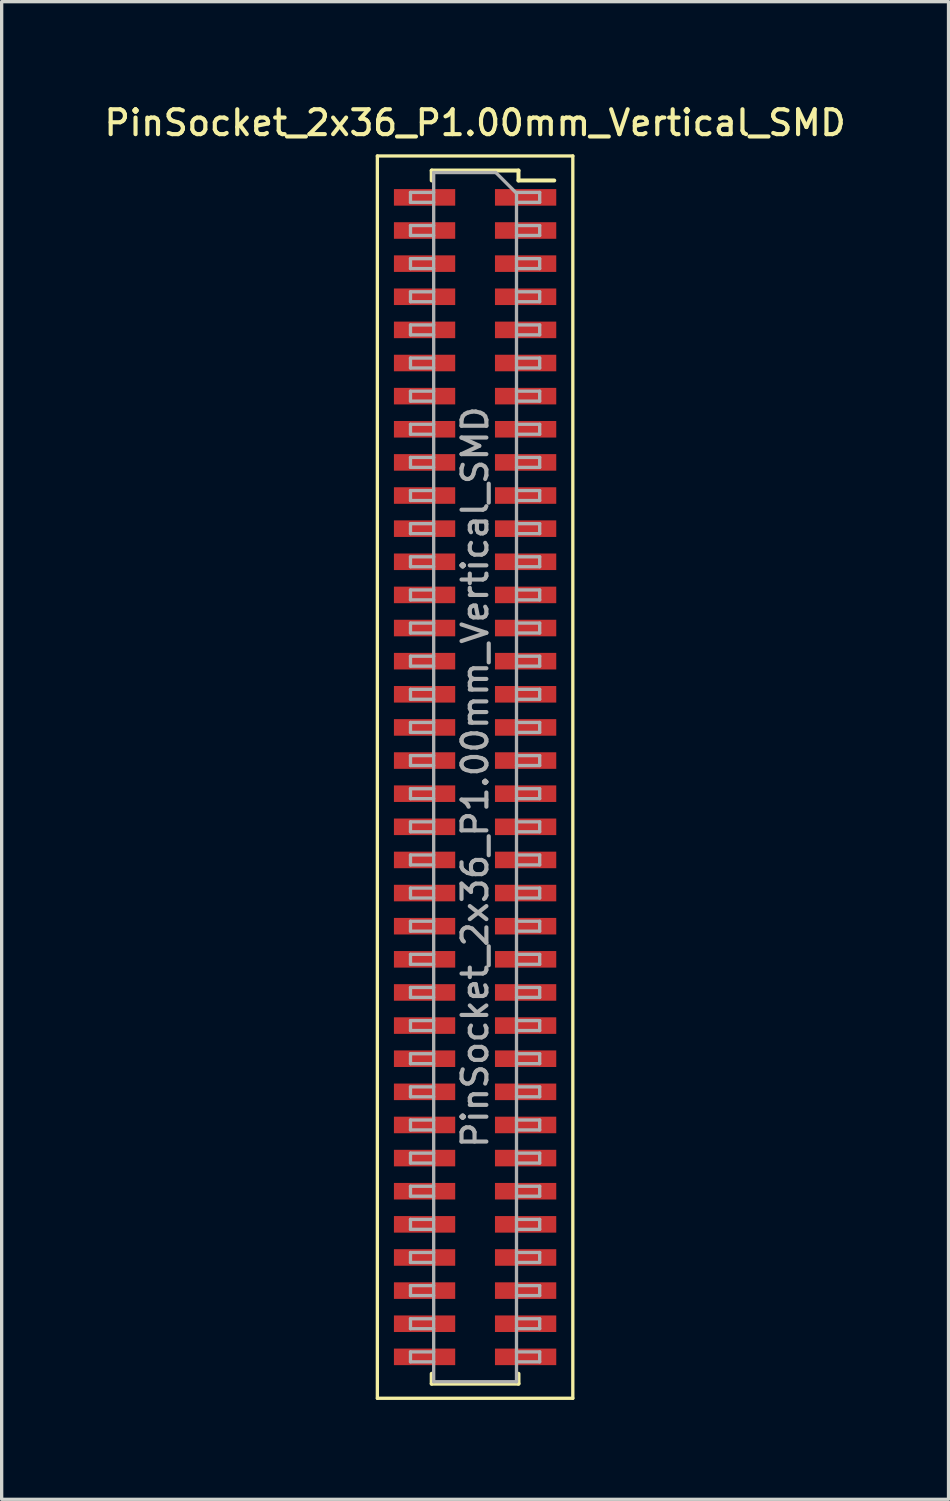
<source format=kicad_pcb>
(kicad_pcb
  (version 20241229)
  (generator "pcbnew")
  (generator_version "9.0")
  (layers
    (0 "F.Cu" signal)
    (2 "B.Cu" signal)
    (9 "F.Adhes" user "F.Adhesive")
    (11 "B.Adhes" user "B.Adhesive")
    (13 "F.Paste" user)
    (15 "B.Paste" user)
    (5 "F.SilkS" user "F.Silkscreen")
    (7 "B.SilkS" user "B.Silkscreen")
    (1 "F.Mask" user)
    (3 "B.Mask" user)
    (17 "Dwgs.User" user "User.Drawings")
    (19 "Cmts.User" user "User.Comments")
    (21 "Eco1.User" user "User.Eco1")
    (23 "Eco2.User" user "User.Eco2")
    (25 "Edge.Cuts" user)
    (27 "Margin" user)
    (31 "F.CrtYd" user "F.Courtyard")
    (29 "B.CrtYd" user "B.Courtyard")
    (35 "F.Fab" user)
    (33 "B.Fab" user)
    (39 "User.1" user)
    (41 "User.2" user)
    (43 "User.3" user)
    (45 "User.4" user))
  (footprint "PinSocket_2x36_P1.00mm_Vertical_SMD"
    (layer "F.Cu")
    (at 11.291 20.408)
    (property "Reference" "PinSocket_2x36_P1.00mm_Vertical_SMD" (at 0 -19.75 0) (layer "F.SilkS") (effects (font (size 0.75 0.75) (thickness 0.125))))
    (attr smd)
    (fp_line (start -2.95 -18.75) (end 2.95 -18.75) (stroke (width 0.1) (type solid)) (layer "F.SilkS"))
    (fp_line (start -2.95 18.75) (end -2.95 -18.75) (stroke (width 0.1) (type solid)) (layer "F.SilkS"))
    (fp_line (start -1.31 -18.31) (end -1.31 -18.01) (stroke (width 0.12) (type solid)) (layer "F.SilkS"))
    (fp_line (start -1.31 -18.31) (end 1.31 -18.31) (stroke (width 0.12) (type solid)) (layer "F.SilkS"))
    (fp_line (start -1.31 18.01) (end -1.31 18.31) (stroke (width 0.12) (type solid)) (layer "F.SilkS"))
    (fp_line (start -1.31 18.31) (end 1.31 18.31) (stroke (width 0.12) (type solid)) (layer "F.SilkS"))
    (fp_line (start 1.31 -18.31) (end 1.31 -18.01) (stroke (width 0.12) (type solid)) (layer "F.SilkS"))
    (fp_line (start 1.31 -18.01) (end 2.39 -18.01) (stroke (width 0.12) (type solid)) (layer "F.SilkS"))
    (fp_line (start 1.31 18.01) (end 1.31 18.31) (stroke (width 0.12) (type solid)) (layer "F.SilkS"))
    (fp_line (start 2.95 -18.75) (end 2.95 18.75) (stroke (width 0.1) (type solid)) (layer "F.SilkS"))
    (fp_line (start 2.95 18.75) (end -2.95 18.75) (stroke (width 0.1) (type solid)) (layer "F.SilkS"))
    (fp_line (start -1.95 -17.65) (end -1.25 -17.65) (stroke (width 0.1) (type solid)) (layer "F.Fab"))
    (fp_line (start -1.95 -17.35) (end -1.95 -17.65) (stroke (width 0.1) (type solid)) (layer "F.Fab"))
    (fp_line (start -1.95 -16.65) (end -1.25 -16.65) (stroke (width 0.1) (type solid)) (layer "F.Fab"))
    (fp_line (start -1.95 -16.35) (end -1.95 -16.65) (stroke (width 0.1) (type solid)) (layer "F.Fab"))
    (fp_line (start -1.95 -15.65) (end -1.25 -15.65) (stroke (width 0.1) (type solid)) (layer "F.Fab"))
    (fp_line (start -1.95 -15.35) (end -1.95 -15.65) (stroke (width 0.1) (type solid)) (layer "F.Fab"))
    (fp_line (start -1.95 -14.65) (end -1.25 -14.65) (stroke (width 0.1) (type solid)) (layer "F.Fab"))
    (fp_line (start -1.95 -14.35) (end -1.95 -14.65) (stroke (width 0.1) (type solid)) (layer "F.Fab"))
    (fp_line (start -1.95 -13.65) (end -1.25 -13.65) (stroke (width 0.1) (type solid)) (layer "F.Fab"))
    (fp_line (start -1.95 -13.35) (end -1.95 -13.65) (stroke (width 0.1) (type solid)) (layer "F.Fab"))
    (fp_line (start -1.95 -12.65) (end -1.25 -12.65) (stroke (width 0.1) (type solid)) (layer "F.Fab"))
    (fp_line (start -1.95 -12.35) (end -1.95 -12.65) (stroke (width 0.1) (type solid)) (layer "F.Fab"))
    (fp_line (start -1.95 -11.65) (end -1.25 -11.65) (stroke (width 0.1) (type solid)) (layer "F.Fab"))
    (fp_line (start -1.95 -11.35) (end -1.95 -11.65) (stroke (width 0.1) (type solid)) (layer "F.Fab"))
    (fp_line (start -1.95 -10.65) (end -1.25 -10.65) (stroke (width 0.1) (type solid)) (layer "F.Fab"))
    (fp_line (start -1.95 -10.35) (end -1.95 -10.65) (stroke (width 0.1) (type solid)) (layer "F.Fab"))
    (fp_line (start -1.95 -9.65) (end -1.25 -9.65) (stroke (width 0.1) (type solid)) (layer "F.Fab"))
    (fp_line (start -1.95 -9.35) (end -1.95 -9.65) (stroke (width 0.1) (type solid)) (layer "F.Fab"))
    (fp_line (start -1.95 -8.65) (end -1.25 -8.65) (stroke (width 0.1) (type solid)) (layer "F.Fab"))
    (fp_line (start -1.95 -8.35) (end -1.95 -8.65) (stroke (width 0.1) (type solid)) (layer "F.Fab"))
    (fp_line (start -1.95 -7.65) (end -1.25 -7.65) (stroke (width 0.1) (type solid)) (layer "F.Fab"))
    (fp_line (start -1.95 -7.35) (end -1.95 -7.65) (stroke (width 0.1) (type solid)) (layer "F.Fab"))
    (fp_line (start -1.95 -6.65) (end -1.25 -6.65) (stroke (width 0.1) (type solid)) (layer "F.Fab"))
    (fp_line (start -1.95 -6.35) (end -1.95 -6.65) (stroke (width 0.1) (type solid)) (layer "F.Fab"))
    (fp_line (start -1.95 -5.65) (end -1.25 -5.65) (stroke (width 0.1) (type solid)) (layer "F.Fab"))
    (fp_line (start -1.95 -5.35) (end -1.95 -5.65) (stroke (width 0.1) (type solid)) (layer "F.Fab"))
    (fp_line (start -1.95 -4.65) (end -1.25 -4.65) (stroke (width 0.1) (type solid)) (layer "F.Fab"))
    (fp_line (start -1.95 -4.35) (end -1.95 -4.65) (stroke (width 0.1) (type solid)) (layer "F.Fab"))
    (fp_line (start -1.95 -3.65) (end -1.25 -3.65) (stroke (width 0.1) (type solid)) (layer "F.Fab"))
    (fp_line (start -1.95 -3.35) (end -1.95 -3.65) (stroke (width 0.1) (type solid)) (layer "F.Fab"))
    (fp_line (start -1.95 -2.65) (end -1.25 -2.65) (stroke (width 0.1) (type solid)) (layer "F.Fab"))
    (fp_line (start -1.95 -2.35) (end -1.95 -2.65) (stroke (width 0.1) (type solid)) (layer "F.Fab"))
    (fp_line (start -1.95 -1.65) (end -1.25 -1.65) (stroke (width 0.1) (type solid)) (layer "F.Fab"))
    (fp_line (start -1.95 -1.35) (end -1.95 -1.65) (stroke (width 0.1) (type solid)) (layer "F.Fab"))
    (fp_line (start -1.95 -0.65) (end -1.25 -0.65) (stroke (width 0.1) (type solid)) (layer "F.Fab"))
    (fp_line (start -1.95 -0.35) (end -1.95 -0.65) (stroke (width 0.1) (type solid)) (layer "F.Fab"))
    (fp_line (start -1.95 0.35) (end -1.25 0.35) (stroke (width 0.1) (type solid)) (layer "F.Fab"))
    (fp_line (start -1.95 0.65) (end -1.95 0.35) (stroke (width 0.1) (type solid)) (layer "F.Fab"))
    (fp_line (start -1.95 1.35) (end -1.25 1.35) (stroke (width 0.1) (type solid)) (layer "F.Fab"))
    (fp_line (start -1.95 1.65) (end -1.95 1.35) (stroke (width 0.1) (type solid)) (layer "F.Fab"))
    (fp_line (start -1.95 2.35) (end -1.25 2.35) (stroke (width 0.1) (type solid)) (layer "F.Fab"))
    (fp_line (start -1.95 2.65) (end -1.95 2.35) (stroke (width 0.1) (type solid)) (layer "F.Fab"))
    (fp_line (start -1.95 3.35) (end -1.25 3.35) (stroke (width 0.1) (type solid)) (layer "F.Fab"))
    (fp_line (start -1.95 3.65) (end -1.95 3.35) (stroke (width 0.1) (type solid)) (layer "F.Fab"))
    (fp_line (start -1.95 4.35) (end -1.25 4.35) (stroke (width 0.1) (type solid)) (layer "F.Fab"))
    (fp_line (start -1.95 4.65) (end -1.95 4.35) (stroke (width 0.1) (type solid)) (layer "F.Fab"))
    (fp_line (start -1.95 5.35) (end -1.25 5.35) (stroke (width 0.1) (type solid)) (layer "F.Fab"))
    (fp_line (start -1.95 5.65) (end -1.95 5.35) (stroke (width 0.1) (type solid)) (layer "F.Fab"))
    (fp_line (start -1.95 6.35) (end -1.25 6.35) (stroke (width 0.1) (type solid)) (layer "F.Fab"))
    (fp_line (start -1.95 6.65) (end -1.95 6.35) (stroke (width 0.1) (type solid)) (layer "F.Fab"))
    (fp_line (start -1.95 7.35) (end -1.25 7.35) (stroke (width 0.1) (type solid)) (layer "F.Fab"))
    (fp_line (start -1.95 7.65) (end -1.95 7.35) (stroke (width 0.1) (type solid)) (layer "F.Fab"))
    (fp_line (start -1.95 8.35) (end -1.25 8.35) (stroke (width 0.1) (type solid)) (layer "F.Fab"))
    (fp_line (start -1.95 8.65) (end -1.95 8.35) (stroke (width 0.1) (type solid)) (layer "F.Fab"))
    (fp_line (start -1.95 9.35) (end -1.25 9.35) (stroke (width 0.1) (type solid)) (layer "F.Fab"))
    (fp_line (start -1.95 9.65) (end -1.95 9.35) (stroke (width 0.1) (type solid)) (layer "F.Fab"))
    (fp_line (start -1.95 10.35) (end -1.25 10.35) (stroke (width 0.1) (type solid)) (layer "F.Fab"))
    (fp_line (start -1.95 10.65) (end -1.95 10.35) (stroke (width 0.1) (type solid)) (layer "F.Fab"))
    (fp_line (start -1.95 11.35) (end -1.25 11.35) (stroke (width 0.1) (type solid)) (layer "F.Fab"))
    (fp_line (start -1.95 11.65) (end -1.95 11.35) (stroke (width 0.1) (type solid)) (layer "F.Fab"))
    (fp_line (start -1.95 12.35) (end -1.25 12.35) (stroke (width 0.1) (type solid)) (layer "F.Fab"))
    (fp_line (start -1.95 12.65) (end -1.95 12.35) (stroke (width 0.1) (type solid)) (layer "F.Fab"))
    (fp_line (start -1.95 13.35) (end -1.25 13.35) (stroke (width 0.1) (type solid)) (layer "F.Fab"))
    (fp_line (start -1.95 13.65) (end -1.95 13.35) (stroke (width 0.1) (type solid)) (layer "F.Fab"))
    (fp_line (start -1.95 14.35) (end -1.25 14.35) (stroke (width 0.1) (type solid)) (layer "F.Fab"))
    (fp_line (start -1.95 14.65) (end -1.95 14.35) (stroke (width 0.1) (type solid)) (layer "F.Fab"))
    (fp_line (start -1.95 15.35) (end -1.25 15.35) (stroke (width 0.1) (type solid)) (layer "F.Fab"))
    (fp_line (start -1.95 15.65) (end -1.95 15.35) (stroke (width 0.1) (type solid)) (layer "F.Fab"))
    (fp_line (start -1.95 16.35) (end -1.25 16.35) (stroke (width 0.1) (type solid)) (layer "F.Fab"))
    (fp_line (start -1.95 16.65) (end -1.95 16.35) (stroke (width 0.1) (type solid)) (layer "F.Fab"))
    (fp_line (start -1.95 17.35) (end -1.25 17.35) (stroke (width 0.1) (type solid)) (layer "F.Fab"))
    (fp_line (start -1.95 17.65) (end -1.95 17.35) (stroke (width 0.1) (type solid)) (layer "F.Fab"))
    (fp_line (start -1.25 -18.25) (end 0.625 -18.25) (stroke (width 0.1) (type solid)) (layer "F.Fab"))
    (fp_line (start -1.25 -17.35) (end -1.95 -17.35) (stroke (width 0.1) (type solid)) (layer "F.Fab"))
    (fp_line (start -1.25 -16.35) (end -1.95 -16.35) (stroke (width 0.1) (type solid)) (layer "F.Fab"))
    (fp_line (start -1.25 -15.35) (end -1.95 -15.35) (stroke (width 0.1) (type solid)) (layer "F.Fab"))
    (fp_line (start -1.25 -14.35) (end -1.95 -14.35) (stroke (width 0.1) (type solid)) (layer "F.Fab"))
    (fp_line (start -1.25 -13.35) (end -1.95 -13.35) (stroke (width 0.1) (type solid)) (layer "F.Fab"))
    (fp_line (start -1.25 -12.35) (end -1.95 -12.35) (stroke (width 0.1) (type solid)) (layer "F.Fab"))
    (fp_line (start -1.25 -11.35) (end -1.95 -11.35) (stroke (width 0.1) (type solid)) (layer "F.Fab"))
    (fp_line (start -1.25 -10.35) (end -1.95 -10.35) (stroke (width 0.1) (type solid)) (layer "F.Fab"))
    (fp_line (start -1.25 -9.35) (end -1.95 -9.35) (stroke (width 0.1) (type solid)) (layer "F.Fab"))
    (fp_line (start -1.25 -8.35) (end -1.95 -8.35) (stroke (width 0.1) (type solid)) (layer "F.Fab"))
    (fp_line (start -1.25 -7.35) (end -1.95 -7.35) (stroke (width 0.1) (type solid)) (layer "F.Fab"))
    (fp_line (start -1.25 -6.35) (end -1.95 -6.35) (stroke (width 0.1) (type solid)) (layer "F.Fab"))
    (fp_line (start -1.25 -5.35) (end -1.95 -5.35) (stroke (width 0.1) (type solid)) (layer "F.Fab"))
    (fp_line (start -1.25 -4.35) (end -1.95 -4.35) (stroke (width 0.1) (type solid)) (layer "F.Fab"))
    (fp_line (start -1.25 -3.35) (end -1.95 -3.35) (stroke (width 0.1) (type solid)) (layer "F.Fab"))
    (fp_line (start -1.25 -2.35) (end -1.95 -2.35) (stroke (width 0.1) (type solid)) (layer "F.Fab"))
    (fp_line (start -1.25 -1.35) (end -1.95 -1.35) (stroke (width 0.1) (type solid)) (layer "F.Fab"))
    (fp_line (start -1.25 -0.35) (end -1.95 -0.35) (stroke (width 0.1) (type solid)) (layer "F.Fab"))
    (fp_line (start -1.25 0.65) (end -1.95 0.65) (stroke (width 0.1) (type solid)) (layer "F.Fab"))
    (fp_line (start -1.25 1.65) (end -1.95 1.65) (stroke (width 0.1) (type solid)) (layer "F.Fab"))
    (fp_line (start -1.25 2.65) (end -1.95 2.65) (stroke (width 0.1) (type solid)) (layer "F.Fab"))
    (fp_line (start -1.25 3.65) (end -1.95 3.65) (stroke (width 0.1) (type solid)) (layer "F.Fab"))
    (fp_line (start -1.25 4.65) (end -1.95 4.65) (stroke (width 0.1) (type solid)) (layer "F.Fab"))
    (fp_line (start -1.25 5.65) (end -1.95 5.65) (stroke (width 0.1) (type solid)) (layer "F.Fab"))
    (fp_line (start -1.25 6.65) (end -1.95 6.65) (stroke (width 0.1) (type solid)) (layer "F.Fab"))
    (fp_line (start -1.25 7.65) (end -1.95 7.65) (stroke (width 0.1) (type solid)) (layer "F.Fab"))
    (fp_line (start -1.25 8.65) (end -1.95 8.65) (stroke (width 0.1) (type solid)) (layer "F.Fab"))
    (fp_line (start -1.25 9.65) (end -1.95 9.65) (stroke (width 0.1) (type solid)) (layer "F.Fab"))
    (fp_line (start -1.25 10.65) (end -1.95 10.65) (stroke (width 0.1) (type solid)) (layer "F.Fab"))
    (fp_line (start -1.25 11.65) (end -1.95 11.65) (stroke (width 0.1) (type solid)) (layer "F.Fab"))
    (fp_line (start -1.25 12.65) (end -1.95 12.65) (stroke (width 0.1) (type solid)) (layer "F.Fab"))
    (fp_line (start -1.25 13.65) (end -1.95 13.65) (stroke (width 0.1) (type solid)) (layer "F.Fab"))
    (fp_line (start -1.25 14.65) (end -1.95 14.65) (stroke (width 0.1) (type solid)) (layer "F.Fab"))
    (fp_line (start -1.25 15.65) (end -1.95 15.65) (stroke (width 0.1) (type solid)) (layer "F.Fab"))
    (fp_line (start -1.25 16.65) (end -1.95 16.65) (stroke (width 0.1) (type solid)) (layer "F.Fab"))
    (fp_line (start -1.25 17.65) (end -1.95 17.65) (stroke (width 0.1) (type solid)) (layer "F.Fab"))
    (fp_line (start -1.25 18.25) (end -1.25 -18.25) (stroke (width 0.1) (type solid)) (layer "F.Fab"))
    (fp_line (start 0.625 -18.25) (end 1.25 -17.625) (stroke (width 0.1) (type solid)) (layer "F.Fab"))
    (fp_line (start 1.25 -17.65) (end 1.95 -17.65) (stroke (width 0.1) (type solid)) (layer "F.Fab"))
    (fp_line (start 1.25 -17.625) (end 1.25 18.25) (stroke (width 0.1) (type solid)) (layer "F.Fab"))
    (fp_line (start 1.25 -16.65) (end 1.95 -16.65) (stroke (width 0.1) (type solid)) (layer "F.Fab"))
    (fp_line (start 1.25 -15.65) (end 1.95 -15.65) (stroke (width 0.1) (type solid)) (layer "F.Fab"))
    (fp_line (start 1.25 -14.65) (end 1.95 -14.65) (stroke (width 0.1) (type solid)) (layer "F.Fab"))
    (fp_line (start 1.25 -13.65) (end 1.95 -13.65) (stroke (width 0.1) (type solid)) (layer "F.Fab"))
    (fp_line (start 1.25 -12.65) (end 1.95 -12.65) (stroke (width 0.1) (type solid)) (layer "F.Fab"))
    (fp_line (start 1.25 -11.65) (end 1.95 -11.65) (stroke (width 0.1) (type solid)) (layer "F.Fab"))
    (fp_line (start 1.25 -10.65) (end 1.95 -10.65) (stroke (width 0.1) (type solid)) (layer "F.Fab"))
    (fp_line (start 1.25 -9.65) (end 1.95 -9.65) (stroke (width 0.1) (type solid)) (layer "F.Fab"))
    (fp_line (start 1.25 -8.65) (end 1.95 -8.65) (stroke (width 0.1) (type solid)) (layer "F.Fab"))
    (fp_line (start 1.25 -7.65) (end 1.95 -7.65) (stroke (width 0.1) (type solid)) (layer "F.Fab"))
    (fp_line (start 1.25 -6.65) (end 1.95 -6.65) (stroke (width 0.1) (type solid)) (layer "F.Fab"))
    (fp_line (start 1.25 -5.65) (end 1.95 -5.65) (stroke (width 0.1) (type solid)) (layer "F.Fab"))
    (fp_line (start 1.25 -4.65) (end 1.95 -4.65) (stroke (width 0.1) (type solid)) (layer "F.Fab"))
    (fp_line (start 1.25 -3.65) (end 1.95 -3.65) (stroke (width 0.1) (type solid)) (layer "F.Fab"))
    (fp_line (start 1.25 -2.65) (end 1.95 -2.65) (stroke (width 0.1) (type solid)) (layer "F.Fab"))
    (fp_line (start 1.25 -1.65) (end 1.95 -1.65) (stroke (width 0.1) (type solid)) (layer "F.Fab"))
    (fp_line (start 1.25 -0.65) (end 1.95 -0.65) (stroke (width 0.1) (type solid)) (layer "F.Fab"))
    (fp_line (start 1.25 0.35) (end 1.95 0.35) (stroke (width 0.1) (type solid)) (layer "F.Fab"))
    (fp_line (start 1.25 1.35) (end 1.95 1.35) (stroke (width 0.1) (type solid)) (layer "F.Fab"))
    (fp_line (start 1.25 2.35) (end 1.95 2.35) (stroke (width 0.1) (type solid)) (layer "F.Fab"))
    (fp_line (start 1.25 3.35) (end 1.95 3.35) (stroke (width 0.1) (type solid)) (layer "F.Fab"))
    (fp_line (start 1.25 4.35) (end 1.95 4.35) (stroke (width 0.1) (type solid)) (layer "F.Fab"))
    (fp_line (start 1.25 5.35) (end 1.95 5.35) (stroke (width 0.1) (type solid)) (layer "F.Fab"))
    (fp_line (start 1.25 6.35) (end 1.95 6.35) (stroke (width 0.1) (type solid)) (layer "F.Fab"))
    (fp_line (start 1.25 7.35) (end 1.95 7.35) (stroke (width 0.1) (type solid)) (layer "F.Fab"))
    (fp_line (start 1.25 8.35) (end 1.95 8.35) (stroke (width 0.1) (type solid)) (layer "F.Fab"))
    (fp_line (start 1.25 9.35) (end 1.95 9.35) (stroke (width 0.1) (type solid)) (layer "F.Fab"))
    (fp_line (start 1.25 10.35) (end 1.95 10.35) (stroke (width 0.1) (type solid)) (layer "F.Fab"))
    (fp_line (start 1.25 11.35) (end 1.95 11.35) (stroke (width 0.1) (type solid)) (layer "F.Fab"))
    (fp_line (start 1.25 12.35) (end 1.95 12.35) (stroke (width 0.1) (type solid)) (layer "F.Fab"))
    (fp_line (start 1.25 13.35) (end 1.95 13.35) (stroke (width 0.1) (type solid)) (layer "F.Fab"))
    (fp_line (start 1.25 14.35) (end 1.95 14.35) (stroke (width 0.1) (type solid)) (layer "F.Fab"))
    (fp_line (start 1.25 15.35) (end 1.95 15.35) (stroke (width 0.1) (type solid)) (layer "F.Fab"))
    (fp_line (start 1.25 16.35) (end 1.95 16.35) (stroke (width 0.1) (type solid)) (layer "F.Fab"))
    (fp_line (start 1.25 17.35) (end 1.95 17.35) (stroke (width 0.1) (type solid)) (layer "F.Fab"))
    (fp_line (start 1.25 18.25) (end -1.25 18.25) (stroke (width 0.1) (type solid)) (layer "F.Fab"))
    (fp_line (start 1.95 -17.65) (end 1.95 -17.35) (stroke (width 0.1) (type solid)) (layer "F.Fab"))
    (fp_line (start 1.95 -17.35) (end 1.25 -17.35) (stroke (width 0.1) (type solid)) (layer "F.Fab"))
    (fp_line (start 1.95 -16.65) (end 1.95 -16.35) (stroke (width 0.1) (type solid)) (layer "F.Fab"))
    (fp_line (start 1.95 -16.35) (end 1.25 -16.35) (stroke (width 0.1) (type solid)) (layer "F.Fab"))
    (fp_line (start 1.95 -15.65) (end 1.95 -15.35) (stroke (width 0.1) (type solid)) (layer "F.Fab"))
    (fp_line (start 1.95 -15.35) (end 1.25 -15.35) (stroke (width 0.1) (type solid)) (layer "F.Fab"))
    (fp_line (start 1.95 -14.65) (end 1.95 -14.35) (stroke (width 0.1) (type solid)) (layer "F.Fab"))
    (fp_line (start 1.95 -14.35) (end 1.25 -14.35) (stroke (width 0.1) (type solid)) (layer "F.Fab"))
    (fp_line (start 1.95 -13.65) (end 1.95 -13.35) (stroke (width 0.1) (type solid)) (layer "F.Fab"))
    (fp_line (start 1.95 -13.35) (end 1.25 -13.35) (stroke (width 0.1) (type solid)) (layer "F.Fab"))
    (fp_line (start 1.95 -12.65) (end 1.95 -12.35) (stroke (width 0.1) (type solid)) (layer "F.Fab"))
    (fp_line (start 1.95 -12.35) (end 1.25 -12.35) (stroke (width 0.1) (type solid)) (layer "F.Fab"))
    (fp_line (start 1.95 -11.65) (end 1.95 -11.35) (stroke (width 0.1) (type solid)) (layer "F.Fab"))
    (fp_line (start 1.95 -11.35) (end 1.25 -11.35) (stroke (width 0.1) (type solid)) (layer "F.Fab"))
    (fp_line (start 1.95 -10.65) (end 1.95 -10.35) (stroke (width 0.1) (type solid)) (layer "F.Fab"))
    (fp_line (start 1.95 -10.35) (end 1.25 -10.35) (stroke (width 0.1) (type solid)) (layer "F.Fab"))
    (fp_line (start 1.95 -9.65) (end 1.95 -9.35) (stroke (width 0.1) (type solid)) (layer "F.Fab"))
    (fp_line (start 1.95 -9.35) (end 1.25 -9.35) (stroke (width 0.1) (type solid)) (layer "F.Fab"))
    (fp_line (start 1.95 -8.65) (end 1.95 -8.35) (stroke (width 0.1) (type solid)) (layer "F.Fab"))
    (fp_line (start 1.95 -8.35) (end 1.25 -8.35) (stroke (width 0.1) (type solid)) (layer "F.Fab"))
    (fp_line (start 1.95 -7.65) (end 1.95 -7.35) (stroke (width 0.1) (type solid)) (layer "F.Fab"))
    (fp_line (start 1.95 -7.35) (end 1.25 -7.35) (stroke (width 0.1) (type solid)) (layer "F.Fab"))
    (fp_line (start 1.95 -6.65) (end 1.95 -6.35) (stroke (width 0.1) (type solid)) (layer "F.Fab"))
    (fp_line (start 1.95 -6.35) (end 1.25 -6.35) (stroke (width 0.1) (type solid)) (layer "F.Fab"))
    (fp_line (start 1.95 -5.65) (end 1.95 -5.35) (stroke (width 0.1) (type solid)) (layer "F.Fab"))
    (fp_line (start 1.95 -5.35) (end 1.25 -5.35) (stroke (width 0.1) (type solid)) (layer "F.Fab"))
    (fp_line (start 1.95 -4.65) (end 1.95 -4.35) (stroke (width 0.1) (type solid)) (layer "F.Fab"))
    (fp_line (start 1.95 -4.35) (end 1.25 -4.35) (stroke (width 0.1) (type solid)) (layer "F.Fab"))
    (fp_line (start 1.95 -3.65) (end 1.95 -3.35) (stroke (width 0.1) (type solid)) (layer "F.Fab"))
    (fp_line (start 1.95 -3.35) (end 1.25 -3.35) (stroke (width 0.1) (type solid)) (layer "F.Fab"))
    (fp_line (start 1.95 -2.65) (end 1.95 -2.35) (stroke (width 0.1) (type solid)) (layer "F.Fab"))
    (fp_line (start 1.95 -2.35) (end 1.25 -2.35) (stroke (width 0.1) (type solid)) (layer "F.Fab"))
    (fp_line (start 1.95 -1.65) (end 1.95 -1.35) (stroke (width 0.1) (type solid)) (layer "F.Fab"))
    (fp_line (start 1.95 -1.35) (end 1.25 -1.35) (stroke (width 0.1) (type solid)) (layer "F.Fab"))
    (fp_line (start 1.95 -0.65) (end 1.95 -0.35) (stroke (width 0.1) (type solid)) (layer "F.Fab"))
    (fp_line (start 1.95 -0.35) (end 1.25 -0.35) (stroke (width 0.1) (type solid)) (layer "F.Fab"))
    (fp_line (start 1.95 0.35) (end 1.95 0.65) (stroke (width 0.1) (type solid)) (layer "F.Fab"))
    (fp_line (start 1.95 0.65) (end 1.25 0.65) (stroke (width 0.1) (type solid)) (layer "F.Fab"))
    (fp_line (start 1.95 1.35) (end 1.95 1.65) (stroke (width 0.1) (type solid)) (layer "F.Fab"))
    (fp_line (start 1.95 1.65) (end 1.25 1.65) (stroke (width 0.1) (type solid)) (layer "F.Fab"))
    (fp_line (start 1.95 2.35) (end 1.95 2.65) (stroke (width 0.1) (type solid)) (layer "F.Fab"))
    (fp_line (start 1.95 2.65) (end 1.25 2.65) (stroke (width 0.1) (type solid)) (layer "F.Fab"))
    (fp_line (start 1.95 3.35) (end 1.95 3.65) (stroke (width 0.1) (type solid)) (layer "F.Fab"))
    (fp_line (start 1.95 3.65) (end 1.25 3.65) (stroke (width 0.1) (type solid)) (layer "F.Fab"))
    (fp_line (start 1.95 4.35) (end 1.95 4.65) (stroke (width 0.1) (type solid)) (layer "F.Fab"))
    (fp_line (start 1.95 4.65) (end 1.25 4.65) (stroke (width 0.1) (type solid)) (layer "F.Fab"))
    (fp_line (start 1.95 5.35) (end 1.95 5.65) (stroke (width 0.1) (type solid)) (layer "F.Fab"))
    (fp_line (start 1.95 5.65) (end 1.25 5.65) (stroke (width 0.1) (type solid)) (layer "F.Fab"))
    (fp_line (start 1.95 6.35) (end 1.95 6.65) (stroke (width 0.1) (type solid)) (layer "F.Fab"))
    (fp_line (start 1.95 6.65) (end 1.25 6.65) (stroke (width 0.1) (type solid)) (layer "F.Fab"))
    (fp_line (start 1.95 7.35) (end 1.95 7.65) (stroke (width 0.1) (type solid)) (layer "F.Fab"))
    (fp_line (start 1.95 7.65) (end 1.25 7.65) (stroke (width 0.1) (type solid)) (layer "F.Fab"))
    (fp_line (start 1.95 8.35) (end 1.95 8.65) (stroke (width 0.1) (type solid)) (layer "F.Fab"))
    (fp_line (start 1.95 8.65) (end 1.25 8.65) (stroke (width 0.1) (type solid)) (layer "F.Fab"))
    (fp_line (start 1.95 9.35) (end 1.95 9.65) (stroke (width 0.1) (type solid)) (layer "F.Fab"))
    (fp_line (start 1.95 9.65) (end 1.25 9.65) (stroke (width 0.1) (type solid)) (layer "F.Fab"))
    (fp_line (start 1.95 10.35) (end 1.95 10.65) (stroke (width 0.1) (type solid)) (layer "F.Fab"))
    (fp_line (start 1.95 10.65) (end 1.25 10.65) (stroke (width 0.1) (type solid)) (layer "F.Fab"))
    (fp_line (start 1.95 11.35) (end 1.95 11.65) (stroke (width 0.1) (type solid)) (layer "F.Fab"))
    (fp_line (start 1.95 11.65) (end 1.25 11.65) (stroke (width 0.1) (type solid)) (layer "F.Fab"))
    (fp_line (start 1.95 12.35) (end 1.95 12.65) (stroke (width 0.1) (type solid)) (layer "F.Fab"))
    (fp_line (start 1.95 12.65) (end 1.25 12.65) (stroke (width 0.1) (type solid)) (layer "F.Fab"))
    (fp_line (start 1.95 13.35) (end 1.95 13.65) (stroke (width 0.1) (type solid)) (layer "F.Fab"))
    (fp_line (start 1.95 13.65) (end 1.25 13.65) (stroke (width 0.1) (type solid)) (layer "F.Fab"))
    (fp_line (start 1.95 14.35) (end 1.95 14.65) (stroke (width 0.1) (type solid)) (layer "F.Fab"))
    (fp_line (start 1.95 14.65) (end 1.25 14.65) (stroke (width 0.1) (type solid)) (layer "F.Fab"))
    (fp_line (start 1.95 15.35) (end 1.95 15.65) (stroke (width 0.1) (type solid)) (layer "F.Fab"))
    (fp_line (start 1.95 15.65) (end 1.25 15.65) (stroke (width 0.1) (type solid)) (layer "F.Fab"))
    (fp_line (start 1.95 16.35) (end 1.95 16.65) (stroke (width 0.1) (type solid)) (layer "F.Fab"))
    (fp_line (start 1.95 16.65) (end 1.25 16.65) (stroke (width 0.1) (type solid)) (layer "F.Fab"))
    (fp_line (start 1.95 17.35) (end 1.95 17.65) (stroke (width 0.1) (type solid)) (layer "F.Fab"))
    (fp_line (start 1.95 17.65) (end 1.25 17.65) (stroke (width 0.1) (type solid)) (layer "F.Fab"))
    (fp_text user "${REFERENCE}" (at 0 0 90) (layer "F.Fab") (effects (font (size 0.75 0.75) (thickness 0.125))))
    (pad "1" smd rect (at 1.525 -17.5) (size 1.85 0.5) (layers "F.Cu" "F.Mask" "F.Paste"))
    (pad "2" smd rect (at -1.525 -17.5) (size 1.85 0.5) (layers "F.Cu" "F.Mask" "F.Paste"))
    (pad "3" smd rect (at 1.525 -16.5) (size 1.85 0.5) (layers "F.Cu" "F.Mask" "F.Paste"))
    (pad "4" smd rect (at -1.525 -16.5) (size 1.85 0.5) (layers "F.Cu" "F.Mask" "F.Paste"))
    (pad "5" smd rect (at 1.525 -15.5) (size 1.85 0.5) (layers "F.Cu" "F.Mask" "F.Paste"))
    (pad "6" smd rect (at -1.525 -15.5) (size 1.85 0.5) (layers "F.Cu" "F.Mask" "F.Paste"))
    (pad "7" smd rect (at 1.525 -14.5) (size 1.85 0.5) (layers "F.Cu" "F.Mask" "F.Paste"))
    (pad "8" smd rect (at -1.525 -14.5) (size 1.85 0.5) (layers "F.Cu" "F.Mask" "F.Paste"))
    (pad "9" smd rect (at 1.525 -13.5) (size 1.85 0.5) (layers "F.Cu" "F.Mask" "F.Paste"))
    (pad "10" smd rect (at -1.525 -13.5) (size 1.85 0.5) (layers "F.Cu" "F.Mask" "F.Paste"))
    (pad "11" smd rect (at 1.525 -12.5) (size 1.85 0.5) (layers "F.Cu" "F.Mask" "F.Paste"))
    (pad "12" smd rect (at -1.525 -12.5) (size 1.85 0.5) (layers "F.Cu" "F.Mask" "F.Paste"))
    (pad "13" smd rect (at 1.525 -11.5) (size 1.85 0.5) (layers "F.Cu" "F.Mask" "F.Paste"))
    (pad "14" smd rect (at -1.525 -11.5) (size 1.85 0.5) (layers "F.Cu" "F.Mask" "F.Paste"))
    (pad "15" smd rect (at 1.525 -10.5) (size 1.85 0.5) (layers "F.Cu" "F.Mask" "F.Paste"))
    (pad "16" smd rect (at -1.525 -10.5) (size 1.85 0.5) (layers "F.Cu" "F.Mask" "F.Paste"))
    (pad "17" smd rect (at 1.525 -9.5) (size 1.85 0.5) (layers "F.Cu" "F.Mask" "F.Paste"))
    (pad "18" smd rect (at -1.525 -9.5) (size 1.85 0.5) (layers "F.Cu" "F.Mask" "F.Paste"))
    (pad "19" smd rect (at 1.525 -8.5) (size 1.85 0.5) (layers "F.Cu" "F.Mask" "F.Paste"))
    (pad "20" smd rect (at -1.525 -8.5) (size 1.85 0.5) (layers "F.Cu" "F.Mask" "F.Paste"))
    (pad "21" smd rect (at 1.525 -7.5) (size 1.85 0.5) (layers "F.Cu" "F.Mask" "F.Paste"))
    (pad "22" smd rect (at -1.525 -7.5) (size 1.85 0.5) (layers "F.Cu" "F.Mask" "F.Paste"))
    (pad "23" smd rect (at 1.525 -6.5) (size 1.85 0.5) (layers "F.Cu" "F.Mask" "F.Paste"))
    (pad "24" smd rect (at -1.525 -6.5) (size 1.85 0.5) (layers "F.Cu" "F.Mask" "F.Paste"))
    (pad "25" smd rect (at 1.525 -5.5) (size 1.85 0.5) (layers "F.Cu" "F.Mask" "F.Paste"))
    (pad "26" smd rect (at -1.525 -5.5) (size 1.85 0.5) (layers "F.Cu" "F.Mask" "F.Paste"))
    (pad "27" smd rect (at 1.525 -4.5) (size 1.85 0.5) (layers "F.Cu" "F.Mask" "F.Paste"))
    (pad "28" smd rect (at -1.525 -4.5) (size 1.85 0.5) (layers "F.Cu" "F.Mask" "F.Paste"))
    (pad "29" smd rect (at 1.525 -3.5) (size 1.85 0.5) (layers "F.Cu" "F.Mask" "F.Paste"))
    (pad "30" smd rect (at -1.525 -3.5) (size 1.85 0.5) (layers "F.Cu" "F.Mask" "F.Paste"))
    (pad "31" smd rect (at 1.525 -2.5) (size 1.85 0.5) (layers "F.Cu" "F.Mask" "F.Paste"))
    (pad "32" smd rect (at -1.525 -2.5) (size 1.85 0.5) (layers "F.Cu" "F.Mask" "F.Paste"))
    (pad "33" smd rect (at 1.525 -1.5) (size 1.85 0.5) (layers "F.Cu" "F.Mask" "F.Paste"))
    (pad "34" smd rect (at -1.525 -1.5) (size 1.85 0.5) (layers "F.Cu" "F.Mask" "F.Paste"))
    (pad "35" smd rect (at 1.525 -0.5) (size 1.85 0.5) (layers "F.Cu" "F.Mask" "F.Paste"))
    (pad "36" smd rect (at -1.525 -0.5) (size 1.85 0.5) (layers "F.Cu" "F.Mask" "F.Paste"))
    (pad "37" smd rect (at 1.525 0.5) (size 1.85 0.5) (layers "F.Cu" "F.Mask" "F.Paste"))
    (pad "38" smd rect (at -1.525 0.5) (size 1.85 0.5) (layers "F.Cu" "F.Mask" "F.Paste"))
    (pad "39" smd rect (at 1.525 1.5) (size 1.85 0.5) (layers "F.Cu" "F.Mask" "F.Paste"))
    (pad "40" smd rect (at -1.525 1.5) (size 1.85 0.5) (layers "F.Cu" "F.Mask" "F.Paste"))
    (pad "41" smd rect (at 1.525 2.5) (size 1.85 0.5) (layers "F.Cu" "F.Mask" "F.Paste"))
    (pad "42" smd rect (at -1.525 2.5) (size 1.85 0.5) (layers "F.Cu" "F.Mask" "F.Paste"))
    (pad "43" smd rect (at 1.525 3.5) (size 1.85 0.5) (layers "F.Cu" "F.Mask" "F.Paste"))
    (pad "44" smd rect (at -1.525 3.5) (size 1.85 0.5) (layers "F.Cu" "F.Mask" "F.Paste"))
    (pad "45" smd rect (at 1.525 4.5) (size 1.85 0.5) (layers "F.Cu" "F.Mask" "F.Paste"))
    (pad "46" smd rect (at -1.525 4.5) (size 1.85 0.5) (layers "F.Cu" "F.Mask" "F.Paste"))
    (pad "47" smd rect (at 1.525 5.5) (size 1.85 0.5) (layers "F.Cu" "F.Mask" "F.Paste"))
    (pad "48" smd rect (at -1.525 5.5) (size 1.85 0.5) (layers "F.Cu" "F.Mask" "F.Paste"))
    (pad "49" smd rect (at 1.525 6.5) (size 1.85 0.5) (layers "F.Cu" "F.Mask" "F.Paste"))
    (pad "50" smd rect (at -1.525 6.5) (size 1.85 0.5) (layers "F.Cu" "F.Mask" "F.Paste"))
    (pad "51" smd rect (at 1.525 7.5) (size 1.85 0.5) (layers "F.Cu" "F.Mask" "F.Paste"))
    (pad "52" smd rect (at -1.525 7.5) (size 1.85 0.5) (layers "F.Cu" "F.Mask" "F.Paste"))
    (pad "53" smd rect (at 1.525 8.5) (size 1.85 0.5) (layers "F.Cu" "F.Mask" "F.Paste"))
    (pad "54" smd rect (at -1.525 8.5) (size 1.85 0.5) (layers "F.Cu" "F.Mask" "F.Paste"))
    (pad "55" smd rect (at 1.525 9.5) (size 1.85 0.5) (layers "F.Cu" "F.Mask" "F.Paste"))
    (pad "56" smd rect (at -1.525 9.5) (size 1.85 0.5) (layers "F.Cu" "F.Mask" "F.Paste"))
    (pad "57" smd rect (at 1.525 10.5) (size 1.85 0.5) (layers "F.Cu" "F.Mask" "F.Paste"))
    (pad "58" smd rect (at -1.525 10.5) (size 1.85 0.5) (layers "F.Cu" "F.Mask" "F.Paste"))
    (pad "59" smd rect (at 1.525 11.5) (size 1.85 0.5) (layers "F.Cu" "F.Mask" "F.Paste"))
    (pad "60" smd rect (at -1.525 11.5) (size 1.85 0.5) (layers "F.Cu" "F.Mask" "F.Paste"))
    (pad "61" smd rect (at 1.525 12.5) (size 1.85 0.5) (layers "F.Cu" "F.Mask" "F.Paste"))
    (pad "62" smd rect (at -1.525 12.5) (size 1.85 0.5) (layers "F.Cu" "F.Mask" "F.Paste"))
    (pad "63" smd rect (at 1.525 13.5) (size 1.85 0.5) (layers "F.Cu" "F.Mask" "F.Paste"))
    (pad "64" smd rect (at -1.525 13.5) (size 1.85 0.5) (layers "F.Cu" "F.Mask" "F.Paste"))
    (pad "65" smd rect (at 1.525 14.5) (size 1.85 0.5) (layers "F.Cu" "F.Mask" "F.Paste"))
    (pad "66" smd rect (at -1.525 14.5) (size 1.85 0.5) (layers "F.Cu" "F.Mask" "F.Paste"))
    (pad "67" smd rect (at 1.525 15.5) (size 1.85 0.5) (layers "F.Cu" "F.Mask" "F.Paste"))
    (pad "68" smd rect (at -1.525 15.5) (size 1.85 0.5) (layers "F.Cu" "F.Mask" "F.Paste"))
    (pad "69" smd rect (at 1.525 16.5) (size 1.85 0.5) (layers "F.Cu" "F.Mask" "F.Paste"))
    (pad "70" smd rect (at -1.525 16.5) (size 1.85 0.5) (layers "F.Cu" "F.Mask" "F.Paste"))
    (pad "71" smd rect (at 1.525 17.5) (size 1.85 0.5) (layers "F.Cu" "F.Mask" "F.Paste"))
    (pad "72" smd rect (at -1.525 17.5) (size 1.85 0.5) (layers "F.Cu" "F.Mask" "F.Paste")))
  (gr_rect
    (start -3 -3)
    (end 25.582 42.208)
    (stroke (width 0.1) (type default))
    (fill no)
    (layer "Edge.Cuts")))
</source>
